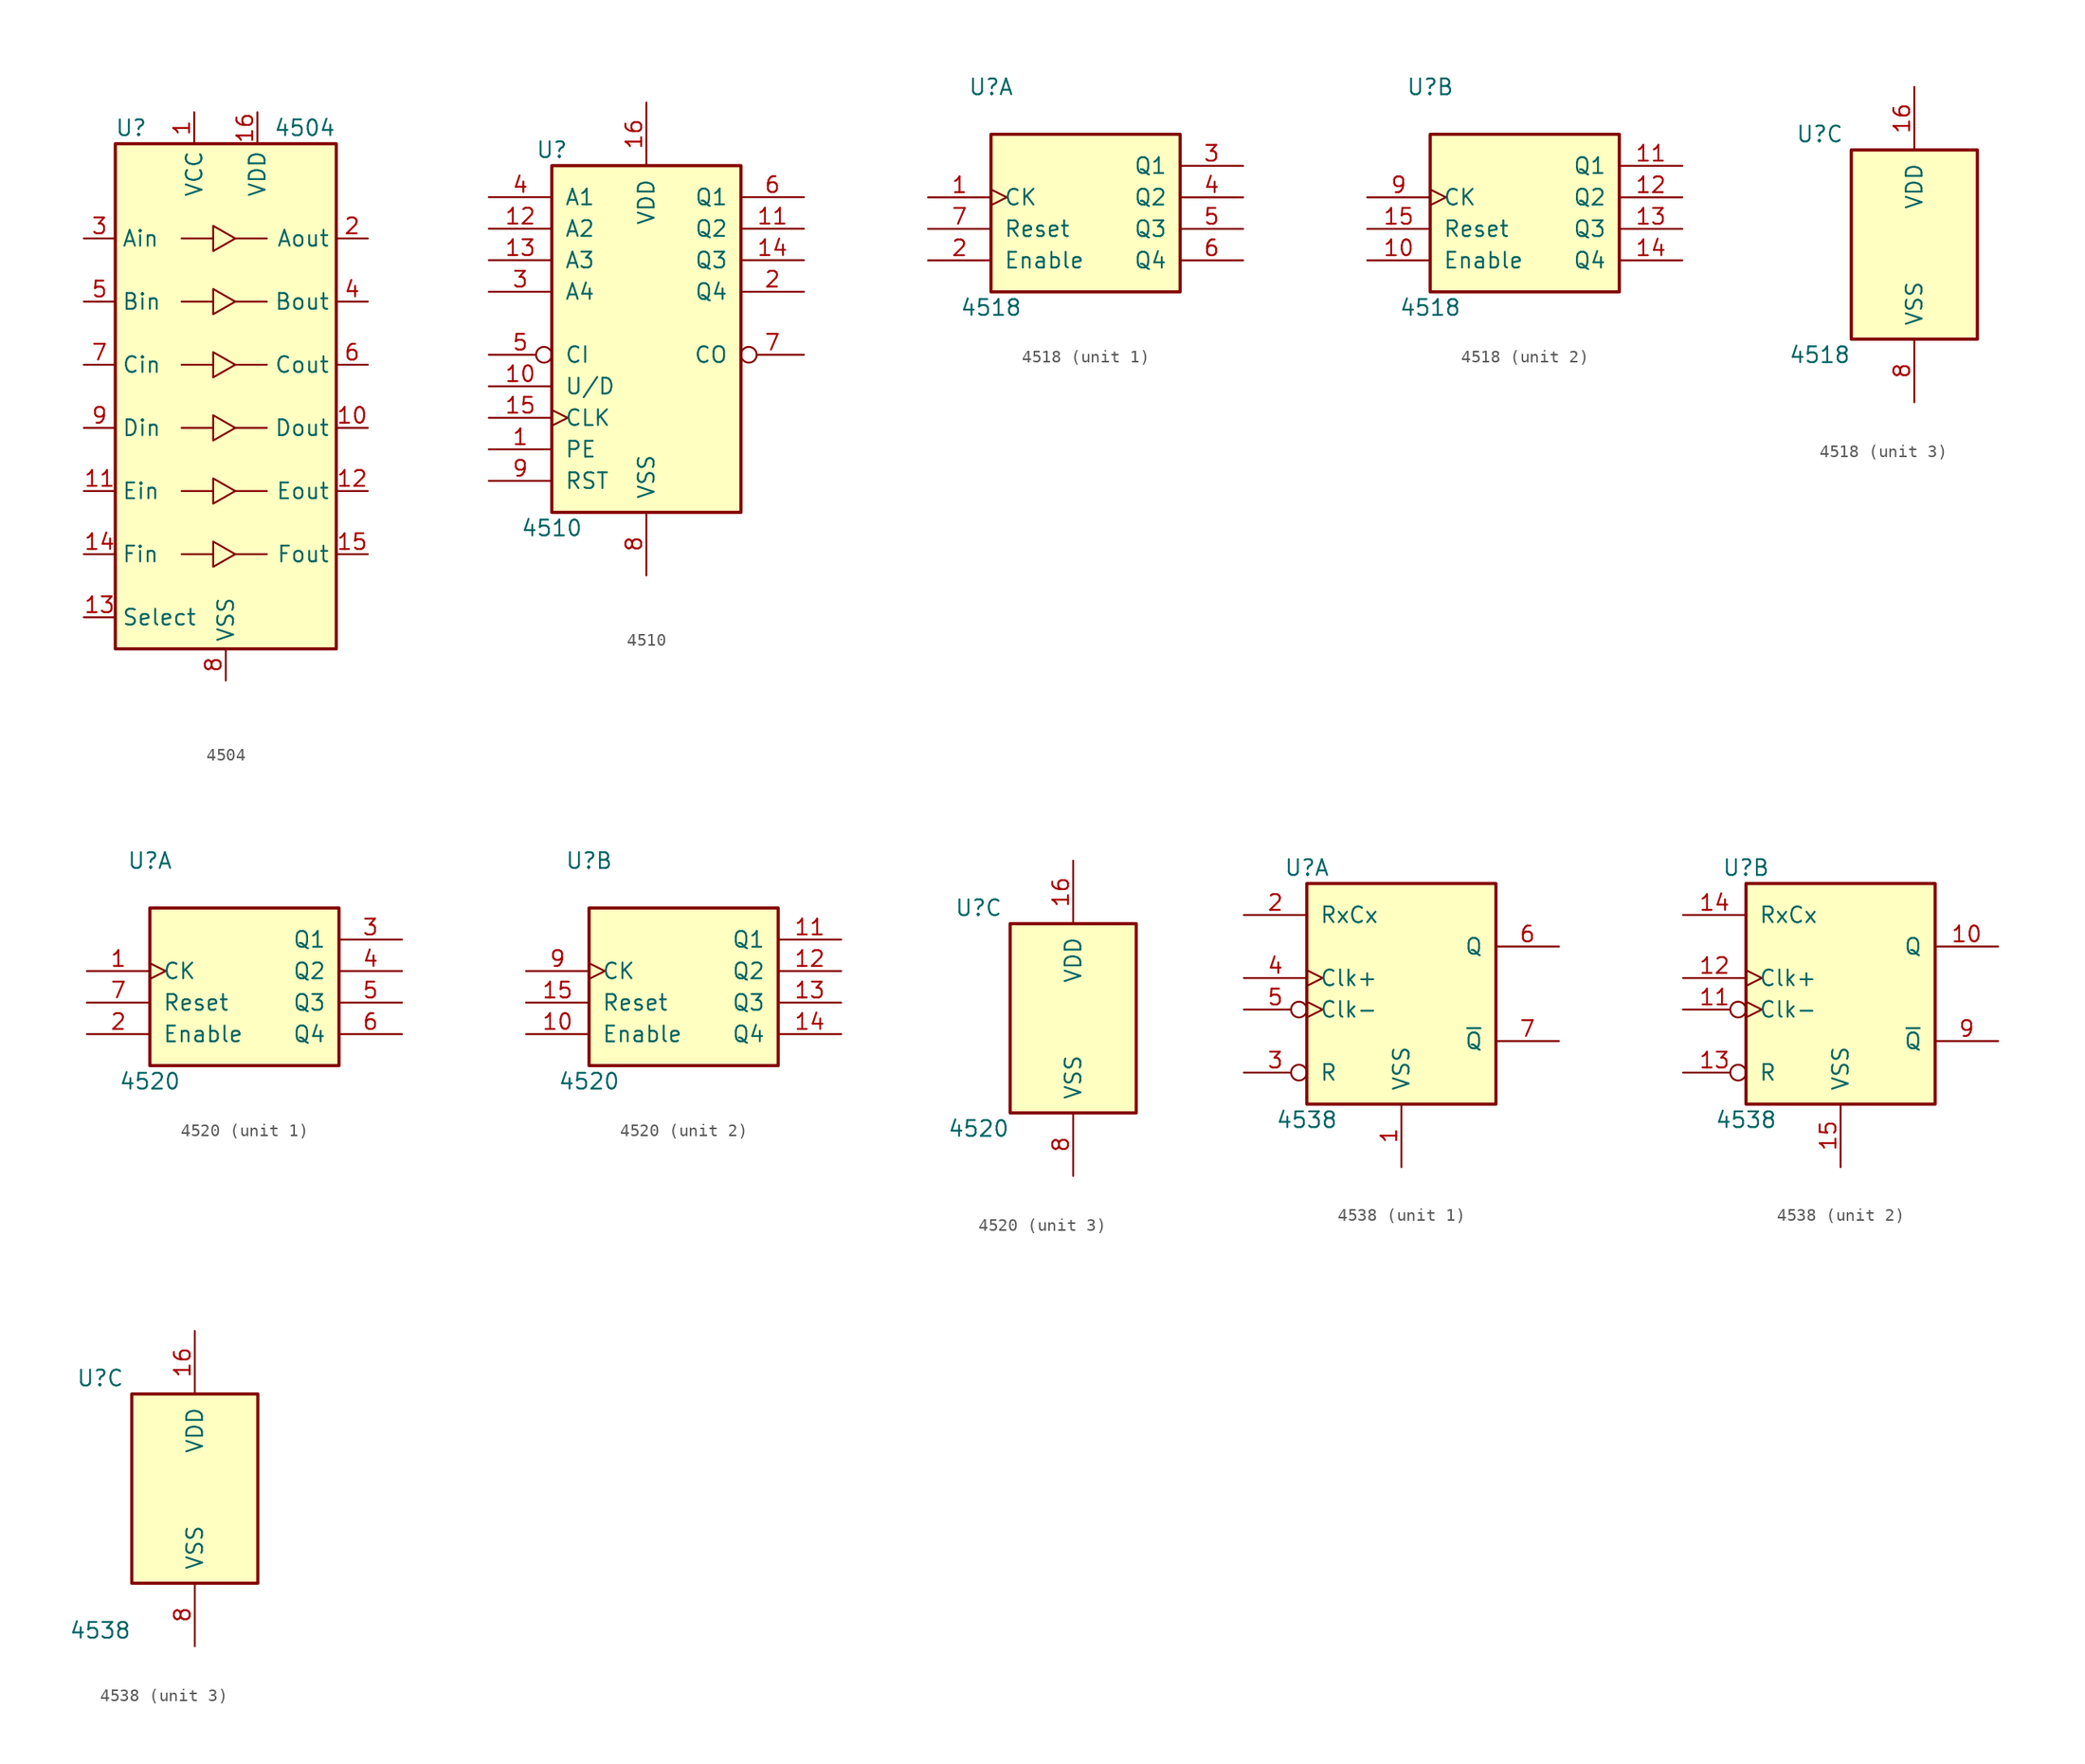
<source format=kicad_sym>
(kicad_symbol_lib
  (version 20201005)
  (generator kicad_symbol_editor)
  (symbol "4504"
    (property "Reference" "U"
      (at -7.62 21.59 0)
      (effects (font (size 1.27 1.27))))
    (property "Value" "4504"
      (at 6.35 21.59 0)
      (effects (font (size 1.27 1.27))))
    (symbol "4504_0_1"
      (polyline (pts (xy -3.556 -12.7) (xy -1.016 -12.7)) (stroke (width 0)) (fill (type none)))
      (polyline (pts (xy -3.556 -7.62) (xy -1.016 -7.62)) (stroke (width 0)) (fill (type none)))
      (polyline (pts (xy -3.556 -2.54) (xy -1.016 -2.54)) (stroke (width 0)) (fill (type none)))
      (polyline (pts (xy -3.556 2.54) (xy -1.016 2.54)) (stroke (width 0)) (fill (type none)))
      (polyline (pts (xy -3.556 7.62) (xy -1.016 7.62)) (stroke (width 0)) (fill (type none)))
      (polyline (pts (xy -3.556 12.7) (xy -1.016 12.7)) (stroke (width 0)) (fill (type none)))
      (polyline (pts (xy 0.762 -12.7) (xy 3.302 -12.7)) (stroke (width 0)) (fill (type none)))
      (polyline (pts (xy 0.762 -7.62) (xy 3.302 -7.62)) (stroke (width 0)) (fill (type none)))
      (polyline (pts (xy 0.762 -2.54) (xy 3.302 -2.54)) (stroke (width 0)) (fill (type none)))
      (polyline (pts (xy 0.762 2.54) (xy 3.302 2.54)) (stroke (width 0)) (fill (type none)))
      (polyline (pts (xy 0.762 7.62) (xy 3.302 7.62)) (stroke (width 0)) (fill (type none)))
      (polyline (pts (xy 0.762 12.7) (xy 3.302 12.7)) (stroke (width 0)) (fill (type none))))
    (symbol "4504_1_1"
      (rectangle (start -8.89 20.32) (end 8.89 -20.32) (stroke (width 0.254)) (fill (type background)))
      (polyline (pts (xy 0.762 -12.7) (xy -1.016 -13.716) (xy -1.016 -11.684) (xy 0.762 -12.7)) (stroke (width 0)) (fill (type none)))
      (polyline (pts (xy 0.762 -7.62) (xy -1.016 -8.636) (xy -1.016 -6.604) (xy 0.762 -7.62)) (stroke (width 0)) (fill (type none)))
      (polyline (pts (xy 0.762 -2.54) (xy -1.016 -3.556) (xy -1.016 -1.524) (xy 0.762 -2.54)) (stroke (width 0)) (fill (type none)))
      (polyline (pts (xy 0.762 2.54) (xy -1.016 1.524) (xy -1.016 3.556) (xy 0.762 2.54)) (stroke (width 0)) (fill (type none)))
      (polyline (pts (xy 0.762 7.62) (xy -1.016 6.604) (xy -1.016 8.636) (xy 0.762 7.62)) (stroke (width 0)) (fill (type none)))
      (polyline (pts (xy 0.762 12.7) (xy -1.016 11.684) (xy -1.016 13.716) (xy 0.762 12.7)) (stroke (width 0)) (fill (type none)))
      (pin power_in line (at -2.54 22.86 270) (length 2.54) (name "VCC" (effects (font (size 1.27 1.27)))) (number "1" (effects (font (size 1.27 1.27)))))
      (pin output line (at 11.43 -2.54 180) (length 2.54) (name "Dout" (effects (font (size 1.27 1.27)))) (number "10" (effects (font (size 1.27 1.27)))))
      (pin input line (at -11.43 -7.62 0) (length 2.54) (name "Ein" (effects (font (size 1.27 1.27)))) (number "11" (effects (font (size 1.27 1.27)))))
      (pin output line (at 11.43 -7.62 180) (length 2.54) (name "Eout" (effects (font (size 1.27 1.27)))) (number "12" (effects (font (size 1.27 1.27)))))
      (pin input line (at -11.43 -17.78 0) (length 2.54) (name "Select" (effects (font (size 1.27 1.27)))) (number "13" (effects (font (size 1.27 1.27)))))
      (pin input line (at -11.43 -12.7 0) (length 2.54) (name "Fin" (effects (font (size 1.27 1.27)))) (number "14" (effects (font (size 1.27 1.27)))))
      (pin output line (at 11.43 -12.7 180) (length 2.54) (name "Fout" (effects (font (size 1.27 1.27)))) (number "15" (effects (font (size 1.27 1.27)))))
      (pin power_in line (at 2.54 22.86 270) (length 2.54) (name "VDD" (effects (font (size 1.27 1.27)))) (number "16" (effects (font (size 1.27 1.27)))))
      (pin output line (at 11.43 12.7 180) (length 2.54) (name "Aout" (effects (font (size 1.27 1.27)))) (number "2" (effects (font (size 1.27 1.27)))))
      (pin input line (at -11.43 12.7 0) (length 2.54) (name "Ain" (effects (font (size 1.27 1.27)))) (number "3" (effects (font (size 1.27 1.27)))))
      (pin output line (at 11.43 7.62 180) (length 2.54) (name "Bout" (effects (font (size 1.27 1.27)))) (number "4" (effects (font (size 1.27 1.27)))))
      (pin input line (at -11.43 7.62 0) (length 2.54) (name "Bin" (effects (font (size 1.27 1.27)))) (number "5" (effects (font (size 1.27 1.27)))))
      (pin output line (at 11.43 2.54 180) (length 2.54) (name "Cout" (effects (font (size 1.27 1.27)))) (number "6" (effects (font (size 1.27 1.27)))))
      (pin input line (at -11.43 2.54 0) (length 2.54) (name "Cin" (effects (font (size 1.27 1.27)))) (number "7" (effects (font (size 1.27 1.27)))))
      (pin power_in line (at 0 -22.86 90) (length 2.54) (name "VSS" (effects (font (size 1.27 1.27)))) (number "8" (effects (font (size 1.27 1.27)))))
      (pin input line (at -11.43 -2.54 0) (length 2.54) (name "Din" (effects (font (size 1.27 1.27)))) (number "9" (effects (font (size 1.27 1.27)))))))
  (symbol "4510"
    (pin_names
      (offset 1.016))
    (property "Reference" "U"
      (at -7.62 13.97 0)
      (effects (font (size 1.27 1.27))))
    (property "Value" "4510"
      (at -7.62 -16.51 0)
      (effects (font (size 1.27 1.27))))
    (property "ki_locked" ""
      (at 0 0 0)
      (effects (font (size 1.27 1.27))))
    (symbol "4510_1_0"
      (pin input line (at -12.7 -10.16 0) (length 5.08) (name "PE" (effects (font (size 1.27 1.27)))) (number "1" (effects (font (size 1.27 1.27)))))
      (pin input line (at -12.7 -5.08 0) (length 5.08) (name "U/D" (effects (font (size 1.27 1.27)))) (number "10" (effects (font (size 1.27 1.27)))))
      (pin output line (at 12.7 7.62 180) (length 5.08) (name "Q2" (effects (font (size 1.27 1.27)))) (number "11" (effects (font (size 1.27 1.27)))))
      (pin input line (at -12.7 7.62 0) (length 5.08) (name "A2" (effects (font (size 1.27 1.27)))) (number "12" (effects (font (size 1.27 1.27)))))
      (pin input line (at -12.7 5.08 0) (length 5.08) (name "A3" (effects (font (size 1.27 1.27)))) (number "13" (effects (font (size 1.27 1.27)))))
      (pin output line (at 12.7 5.08 180) (length 5.08) (name "Q3" (effects (font (size 1.27 1.27)))) (number "14" (effects (font (size 1.27 1.27)))))
      (pin input clock (at -12.7 -7.62 0) (length 5.08) (name "CLK" (effects (font (size 1.27 1.27)))) (number "15" (effects (font (size 1.27 1.27)))))
      (pin power_in line (at 0 17.78 270) (length 5.08) (name "VDD" (effects (font (size 1.27 1.27)))) (number "16" (effects (font (size 1.27 1.27)))))
      (pin output line (at 12.7 2.54 180) (length 5.08) (name "Q4" (effects (font (size 1.27 1.27)))) (number "2" (effects (font (size 1.27 1.27)))))
      (pin input line (at -12.7 2.54 0) (length 5.08) (name "A4" (effects (font (size 1.27 1.27)))) (number "3" (effects (font (size 1.27 1.27)))))
      (pin input line (at -12.7 10.16 0) (length 5.08) (name "A1" (effects (font (size 1.27 1.27)))) (number "4" (effects (font (size 1.27 1.27)))))
      (pin input inverted (at -12.7 -2.54 0) (length 5.08) (name "CI" (effects (font (size 1.27 1.27)))) (number "5" (effects (font (size 1.27 1.27)))))
      (pin output line (at 12.7 10.16 180) (length 5.08) (name "Q1" (effects (font (size 1.27 1.27)))) (number "6" (effects (font (size 1.27 1.27)))))
      (pin output inverted (at 12.7 -2.54 180) (length 5.08) (name "CO" (effects (font (size 1.27 1.27)))) (number "7" (effects (font (size 1.27 1.27)))))
      (pin power_in line (at 0 -20.32 90) (length 5.08) (name "VSS" (effects (font (size 1.27 1.27)))) (number "8" (effects (font (size 1.27 1.27)))))
      (pin input line (at -12.7 -12.7 0) (length 5.08) (name "RST" (effects (font (size 1.27 1.27)))) (number "9" (effects (font (size 1.27 1.27))))))
    (symbol "4510_1_1"
      (rectangle (start -7.62 12.7) (end 7.62 -15.24) (stroke (width 0.254)) (fill (type background)))))
  (symbol "4518"
    (pin_names
      (offset 1.016))
    (property "Reference" "U"
      (at -7.62 8.89 0)
      (effects (font (size 1.27 1.27))))
    (property "Value" "4518"
      (at -7.62 -8.89 0)
      (effects (font (size 1.27 1.27))))
    (property "ki_locked" ""
      (at 0 0 0)
      (effects (font (size 1.27 1.27))))
    (symbol "4518_1_0"
      (pin input clock (at -12.7 0 0) (length 5.08) (name "CK" (effects (font (size 1.27 1.27)))) (number "1" (effects (font (size 1.27 1.27)))))
      (pin input line (at -12.7 -5.08 0) (length 5.08) (name "Enable" (effects (font (size 1.27 1.27)))) (number "2" (effects (font (size 1.27 1.27)))))
      (pin output line (at 12.7 2.54 180) (length 5.08) (name "Q1" (effects (font (size 1.27 1.27)))) (number "3" (effects (font (size 1.27 1.27)))))
      (pin output line (at 12.7 0 180) (length 5.08) (name "Q2" (effects (font (size 1.27 1.27)))) (number "4" (effects (font (size 1.27 1.27)))))
      (pin output line (at 12.7 -2.54 180) (length 5.08) (name "Q3" (effects (font (size 1.27 1.27)))) (number "5" (effects (font (size 1.27 1.27)))))
      (pin output line (at 12.7 -5.08 180) (length 5.08) (name "Q4" (effects (font (size 1.27 1.27)))) (number "6" (effects (font (size 1.27 1.27)))))
      (pin input line (at -12.7 -2.54 0) (length 5.08) (name "Reset" (effects (font (size 1.27 1.27)))) (number "7" (effects (font (size 1.27 1.27))))))
    (symbol "4518_1_1"
      (rectangle (start -7.62 5.08) (end 7.62 -7.62) (stroke (width 0.254)) (fill (type background))))
    (symbol "4518_2_0"
      (pin input line (at -12.7 -5.08 0) (length 5.08) (name "Enable" (effects (font (size 1.27 1.27)))) (number "10" (effects (font (size 1.27 1.27)))))
      (pin output line (at 12.7 2.54 180) (length 5.08) (name "Q1" (effects (font (size 1.27 1.27)))) (number "11" (effects (font (size 1.27 1.27)))))
      (pin output line (at 12.7 0 180) (length 5.08) (name "Q2" (effects (font (size 1.27 1.27)))) (number "12" (effects (font (size 1.27 1.27)))))
      (pin output line (at 12.7 -2.54 180) (length 5.08) (name "Q3" (effects (font (size 1.27 1.27)))) (number "13" (effects (font (size 1.27 1.27)))))
      (pin output line (at 12.7 -5.08 180) (length 5.08) (name "Q4" (effects (font (size 1.27 1.27)))) (number "14" (effects (font (size 1.27 1.27)))))
      (pin input line (at -12.7 -2.54 0) (length 5.08) (name "Reset" (effects (font (size 1.27 1.27)))) (number "15" (effects (font (size 1.27 1.27)))))
      (pin input clock (at -12.7 0 0) (length 5.08) (name "CK" (effects (font (size 1.27 1.27)))) (number "9" (effects (font (size 1.27 1.27))))))
    (symbol "4518_2_1"
      (rectangle (start -7.62 5.08) (end 7.62 -7.62) (stroke (width 0.254)) (fill (type background))))
    (symbol "4518_3_0"
      (pin power_in line (at 0 12.7 270) (length 5.08) (name "VDD" (effects (font (size 1.27 1.27)))) (number "16" (effects (font (size 1.27 1.27)))))
      (pin power_in line (at 0 -12.7 90) (length 5.08) (name "VSS" (effects (font (size 1.27 1.27)))) (number "8" (effects (font (size 1.27 1.27))))))
    (symbol "4518_3_1"
      (rectangle (start -5.08 7.62) (end 5.08 -7.62) (stroke (width 0.254)) (fill (type background)))))
  (symbol "4520"
    (pin_names
      (offset 1.016))
    (property "Reference" "U"
      (at -7.62 8.89 0)
      (effects (font (size 1.27 1.27))))
    (property "Value" "4520"
      (at -7.62 -8.89 0)
      (effects (font (size 1.27 1.27))))
    (property "ki_locked" ""
      (at 0 0 0)
      (effects (font (size 1.27 1.27))))
    (symbol "4520_1_0"
      (pin input clock (at -12.7 0 0) (length 5.08) (name "CK" (effects (font (size 1.27 1.27)))) (number "1" (effects (font (size 1.27 1.27)))))
      (pin input line (at -12.7 -5.08 0) (length 5.08) (name "Enable" (effects (font (size 1.27 1.27)))) (number "2" (effects (font (size 1.27 1.27)))))
      (pin output line (at 12.7 2.54 180) (length 5.08) (name "Q1" (effects (font (size 1.27 1.27)))) (number "3" (effects (font (size 1.27 1.27)))))
      (pin output line (at 12.7 0 180) (length 5.08) (name "Q2" (effects (font (size 1.27 1.27)))) (number "4" (effects (font (size 1.27 1.27)))))
      (pin output line (at 12.7 -2.54 180) (length 5.08) (name "Q3" (effects (font (size 1.27 1.27)))) (number "5" (effects (font (size 1.27 1.27)))))
      (pin output line (at 12.7 -5.08 180) (length 5.08) (name "Q4" (effects (font (size 1.27 1.27)))) (number "6" (effects (font (size 1.27 1.27)))))
      (pin input line (at -12.7 -2.54 0) (length 5.08) (name "Reset" (effects (font (size 1.27 1.27)))) (number "7" (effects (font (size 1.27 1.27))))))
    (symbol "4520_1_1"
      (rectangle (start -7.62 5.08) (end 7.62 -7.62) (stroke (width 0.254)) (fill (type background))))
    (symbol "4520_2_0"
      (pin input line (at -12.7 -5.08 0) (length 5.08) (name "Enable" (effects (font (size 1.27 1.27)))) (number "10" (effects (font (size 1.27 1.27)))))
      (pin output line (at 12.7 2.54 180) (length 5.08) (name "Q1" (effects (font (size 1.27 1.27)))) (number "11" (effects (font (size 1.27 1.27)))))
      (pin output line (at 12.7 0 180) (length 5.08) (name "Q2" (effects (font (size 1.27 1.27)))) (number "12" (effects (font (size 1.27 1.27)))))
      (pin output line (at 12.7 -2.54 180) (length 5.08) (name "Q3" (effects (font (size 1.27 1.27)))) (number "13" (effects (font (size 1.27 1.27)))))
      (pin output line (at 12.7 -5.08 180) (length 5.08) (name "Q4" (effects (font (size 1.27 1.27)))) (number "14" (effects (font (size 1.27 1.27)))))
      (pin input line (at -12.7 -2.54 0) (length 5.08) (name "Reset" (effects (font (size 1.27 1.27)))) (number "15" (effects (font (size 1.27 1.27)))))
      (pin input clock (at -12.7 0 0) (length 5.08) (name "CK" (effects (font (size 1.27 1.27)))) (number "9" (effects (font (size 1.27 1.27))))))
    (symbol "4520_2_1"
      (rectangle (start -7.62 5.08) (end 7.62 -7.62) (stroke (width 0.254)) (fill (type background))))
    (symbol "4520_3_0"
      (pin power_in line (at 0 12.7 270) (length 5.08) (name "VDD" (effects (font (size 1.27 1.27)))) (number "16" (effects (font (size 1.27 1.27)))))
      (pin power_in line (at 0 -12.7 90) (length 5.08) (name "VSS" (effects (font (size 1.27 1.27)))) (number "8" (effects (font (size 1.27 1.27))))))
    (symbol "4520_3_1"
      (rectangle (start -5.08 7.62) (end 5.08 -7.62) (stroke (width 0.254)) (fill (type background)))))
  (symbol "4538"
    (pin_names
      (offset 1.016))
    (property "Reference" "U"
      (at -7.62 8.89 0)
      (effects (font (size 1.27 1.27))))
    (property "Value" "4538"
      (at -7.62 -11.43 0)
      (effects (font (size 1.27 1.27))))
    (property "ki_locked" ""
      (at 0 0 0)
      (effects (font (size 1.27 1.27))))
    (symbol "4538_1_0"
      (pin power_in line (at 0 -15.24 90) (length 5.08) (name "VSS" (effects (font (size 1.27 1.27)))) (number "1" (effects (font (size 1.27 1.27)))))
      (pin input line (at -12.7 5.08 0) (length 5.08) (name "RxCx" (effects (font (size 1.27 1.27)))) (number "2" (effects (font (size 1.27 1.27)))))
      (pin input inverted (at -12.7 -7.62 0) (length 5.08) (name "R" (effects (font (size 1.27 1.27)))) (number "3" (effects (font (size 1.27 1.27)))))
      (pin input clock (at -12.7 0 0) (length 5.08) (name "Clk+" (effects (font (size 1.27 1.27)))) (number "4" (effects (font (size 1.27 1.27)))))
      (pin input inverted_clock (at -12.7 -2.54 0) (length 5.08) (name "Clk-" (effects (font (size 1.27 1.27)))) (number "5" (effects (font (size 1.27 1.27)))))
      (pin output line (at 12.7 2.54 180) (length 5.08) (name "Q" (effects (font (size 1.27 1.27)))) (number "6" (effects (font (size 1.27 1.27)))))
      (pin output line (at 12.7 -5.08 180) (length 5.08) (name "~Q" (effects (font (size 1.27 1.27)))) (number "7" (effects (font (size 1.27 1.27))))))
    (symbol "4538_1_1"
      (rectangle (start -7.62 7.62) (end 7.62 -10.16) (stroke (width 0.254)) (fill (type background))))
    (symbol "4538_2_0"
      (pin output line (at 12.7 2.54 180) (length 5.08) (name "Q" (effects (font (size 1.27 1.27)))) (number "10" (effects (font (size 1.27 1.27)))))
      (pin input inverted_clock (at -12.7 -2.54 0) (length 5.08) (name "Clk-" (effects (font (size 1.27 1.27)))) (number "11" (effects (font (size 1.27 1.27)))))
      (pin input clock (at -12.7 0 0) (length 5.08) (name "Clk+" (effects (font (size 1.27 1.27)))) (number "12" (effects (font (size 1.27 1.27)))))
      (pin input inverted (at -12.7 -7.62 0) (length 5.08) (name "R" (effects (font (size 1.27 1.27)))) (number "13" (effects (font (size 1.27 1.27)))))
      (pin input line (at -12.7 5.08 0) (length 5.08) (name "RxCx" (effects (font (size 1.27 1.27)))) (number "14" (effects (font (size 1.27 1.27)))))
      (pin power_in line (at 0 -15.24 90) (length 5.08) (name "VSS" (effects (font (size 1.27 1.27)))) (number "15" (effects (font (size 1.27 1.27)))))
      (pin output line (at 12.7 -5.08 180) (length 5.08) (name "~Q" (effects (font (size 1.27 1.27)))) (number "9" (effects (font (size 1.27 1.27))))))
    (symbol "4538_2_1"
      (rectangle (start -7.62 7.62) (end 7.62 -10.16) (stroke (width 0.254)) (fill (type background))))
    (symbol "4538_3_0"
      (pin power_in line (at 0 12.7 270) (length 5.08) (name "VDD" (effects (font (size 1.27 1.27)))) (number "16" (effects (font (size 1.27 1.27)))))
      (pin power_in line (at 0 -12.7 90) (length 5.08) (name "VSS" (effects (font (size 1.27 1.27)))) (number "8" (effects (font (size 1.27 1.27))))))
    (symbol "4538_3_1"
      (rectangle (start -5.08 7.62) (end 5.08 -7.62) (stroke (width 0.254)) (fill (type background))))))
</source>
